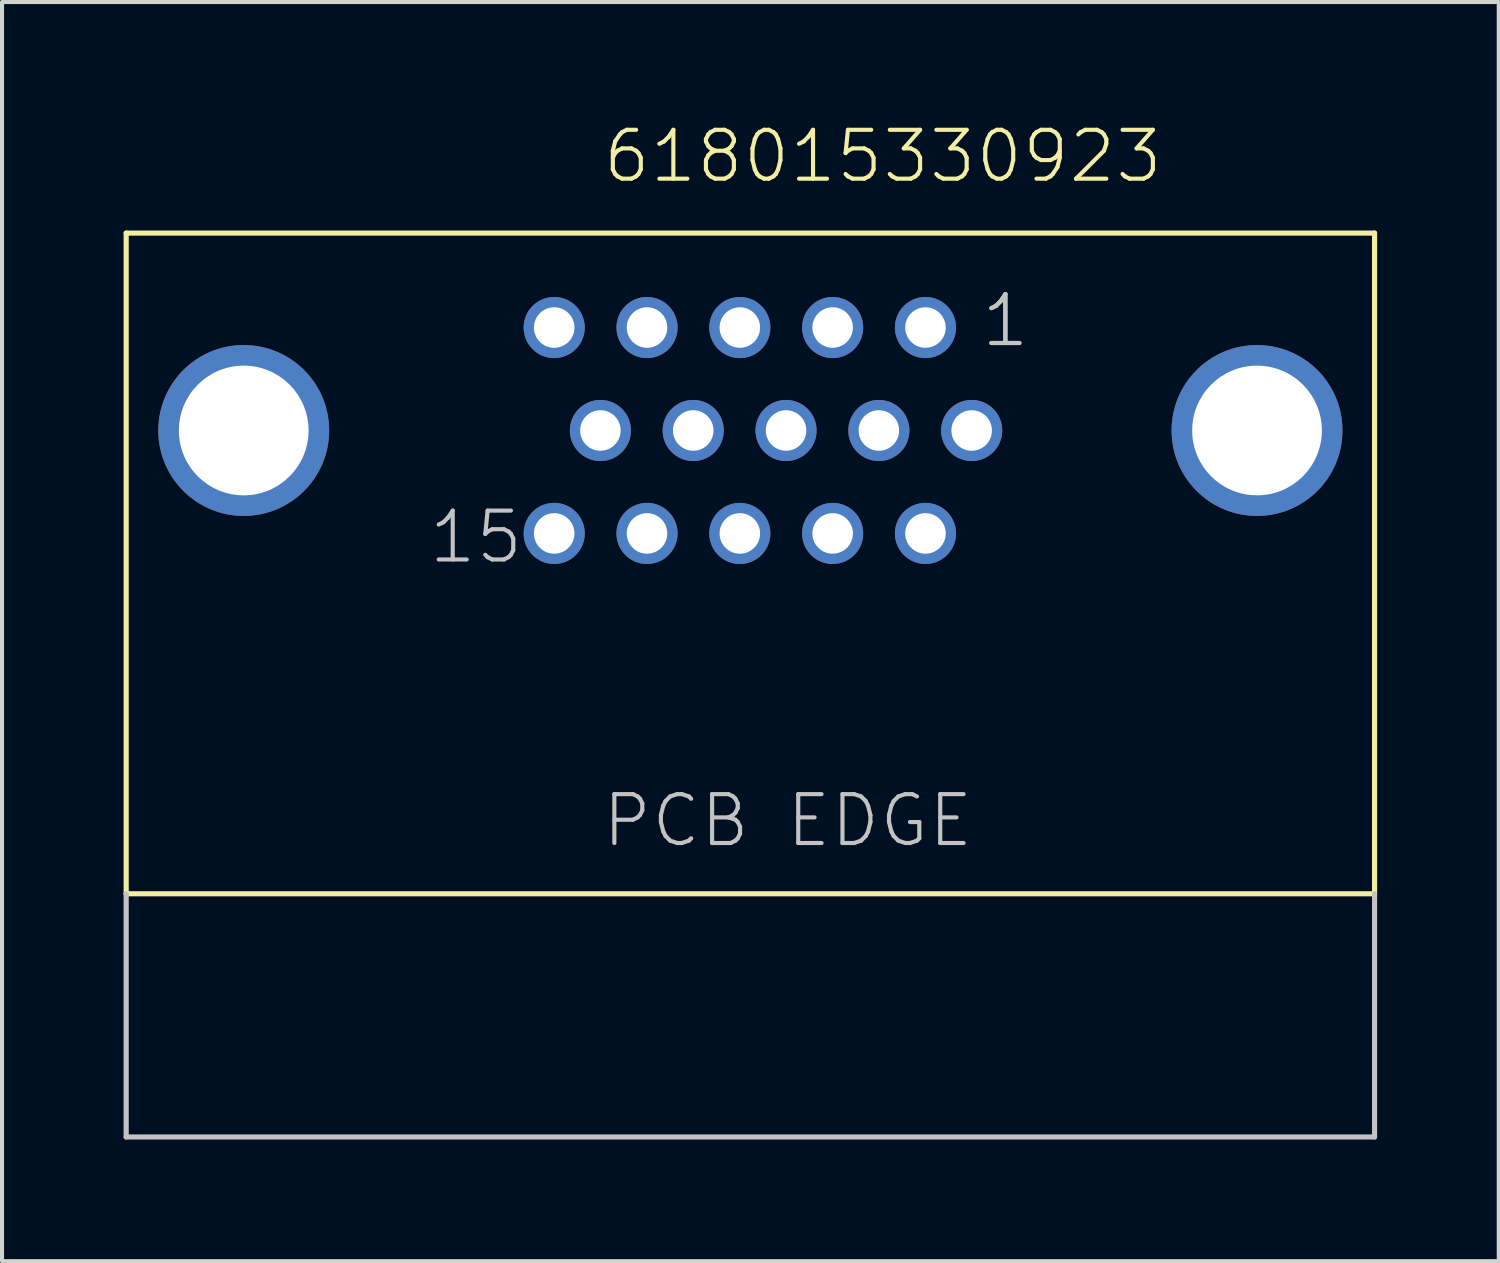
<source format=kicad_pcb>
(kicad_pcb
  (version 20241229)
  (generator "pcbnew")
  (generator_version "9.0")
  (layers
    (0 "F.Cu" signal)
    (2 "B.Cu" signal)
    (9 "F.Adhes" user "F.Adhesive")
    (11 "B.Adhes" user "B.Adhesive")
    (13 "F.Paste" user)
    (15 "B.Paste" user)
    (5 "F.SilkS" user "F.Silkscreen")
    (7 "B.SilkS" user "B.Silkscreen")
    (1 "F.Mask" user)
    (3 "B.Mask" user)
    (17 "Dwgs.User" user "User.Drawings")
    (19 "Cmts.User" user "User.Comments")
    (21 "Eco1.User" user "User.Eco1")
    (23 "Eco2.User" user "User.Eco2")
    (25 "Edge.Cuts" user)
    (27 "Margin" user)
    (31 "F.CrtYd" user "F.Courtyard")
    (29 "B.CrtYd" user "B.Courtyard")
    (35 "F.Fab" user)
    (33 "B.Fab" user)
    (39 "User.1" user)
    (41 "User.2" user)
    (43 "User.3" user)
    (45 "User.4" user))
  (footprint "618015330923"
    (layer "F.Cu")
    (at 15.463 7.571)
    (property "Reference" "618015330923" (at -3.69 -6.06 0) (layer "F.SilkS") (effects (font (size 1.206 1.206) (thickness 0.102)) (justify left bottom)))
    (attr through_hole)
    (fp_line (start -15.4 -4.87) (end 15.4 -4.87) (stroke (width 0.127) (type solid)) (layer "F.SilkS"))
    (fp_line (start -15.4 11.43) (end -15.4 -4.87) (stroke (width 0.127) (type solid)) (layer "F.SilkS"))
    (fp_line (start 15.4 -4.87) (end 15.4 11.43) (stroke (width 0.127) (type solid)) (layer "F.SilkS"))
    (fp_line (start 15.4 11.43) (end -15.4 11.43) (stroke (width 0.127) (type solid)) (layer "F.SilkS"))
    (fp_line (start -15.4 17.43) (end -15.4 11.43) (stroke (width 0.127) (type solid)) (layer "Dwgs.User"))
    (fp_line (start 15.4 11.43) (end 15.4 17.43) (stroke (width 0.127) (type solid)) (layer "Dwgs.User"))
    (fp_line (start 15.4 17.43) (end -15.4 17.43) (stroke (width 0.127) (type solid)) (layer "Dwgs.User"))
    (fp_text user "1" (at 5.65 -2.005 0) (layer "F.SilkS") (effects (font (size 1.206 1.206) (thickness 0.102)) (justify left bottom)))
    (fp_text user "PCB EDGE" (at -3.71 10.33 0) (layer "Dwgs.User") (effects (font (size 1.206 1.206) (thickness 0.102)) (justify left bottom)))
    (fp_text user "15" (at -7.985 3.335 0) (layer "Dwgs.User") (effects (font (size 1.206 1.206) (thickness 0.102)) (justify left bottom)))
    (fp_text user "1" (at 5.65 -2.005 0) (layer "Dwgs.User") (effects (font (size 1.206 1.206) (thickness 0.102)) (justify left bottom)))
    (pad "1" thru_hole circle (at 4.32 -2.54) (size 1.508 1.508) (drill 1) (layers "*.Cu" "*.Mask"))
    (pad "2" thru_hole circle (at 2.03 -2.54) (size 1.508 1.508) (drill 1) (layers "*.Cu" "*.Mask"))
    (pad "3" thru_hole circle (at -0.26 -2.54) (size 1.508 1.508) (drill 1) (layers "*.Cu" "*.Mask"))
    (pad "4" thru_hole circle (at -2.55 -2.54) (size 1.508 1.508) (drill 1) (layers "*.Cu" "*.Mask"))
    (pad "5" thru_hole circle (at -4.84 -2.54) (size 1.508 1.508) (drill 1) (layers "*.Cu" "*.Mask"))
    (pad "6" thru_hole circle (at 5.46 0) (size 1.508 1.508) (drill 1) (layers "*.Cu" "*.Mask"))
    (pad "7" thru_hole circle (at 3.17 0) (size 1.508 1.508) (drill 1) (layers "*.Cu" "*.Mask"))
    (pad "8" thru_hole circle (at 0.88 0) (size 1.508 1.508) (drill 1) (layers "*.Cu" "*.Mask"))
    (pad "9" thru_hole circle (at -1.41 0) (size 1.508 1.508) (drill 1) (layers "*.Cu" "*.Mask"))
    (pad "10" thru_hole circle (at -3.7 0) (size 1.508 1.508) (drill 1) (layers "*.Cu" "*.Mask"))
    (pad "11" thru_hole circle (at 4.32 2.54) (size 1.508 1.508) (drill 1) (layers "*.Cu" "*.Mask"))
    (pad "12" thru_hole circle (at 2.03 2.54) (size 1.508 1.508) (drill 1) (layers "*.Cu" "*.Mask"))
    (pad "13" thru_hole circle (at -0.26 2.54) (size 1.508 1.508) (drill 1) (layers "*.Cu" "*.Mask"))
    (pad "14" thru_hole circle (at -2.55 2.54) (size 1.508 1.508) (drill 1) (layers "*.Cu" "*.Mask"))
    (pad "15" thru_hole circle (at -4.84 2.54) (size 1.508 1.508) (drill 1) (layers "*.Cu" "*.Mask"))
    (pad "SHEL" thru_hole circle (at -12.5 0) (size 4.216 4.216) (drill 3.2) (layers "*.Cu" "*.Mask"))
    (pad "SHEL" thru_hole circle (at 12.5 0) (size 4.216 4.216) (drill 3.2) (layers "*.Cu" "*.Mask")))
  (gr_rect
    (start -3 -3)
    (end 33.927 28.065)
    (stroke (width 0.1) (type default))
    (fill no)
    (layer "Edge.Cuts")))
</source>
